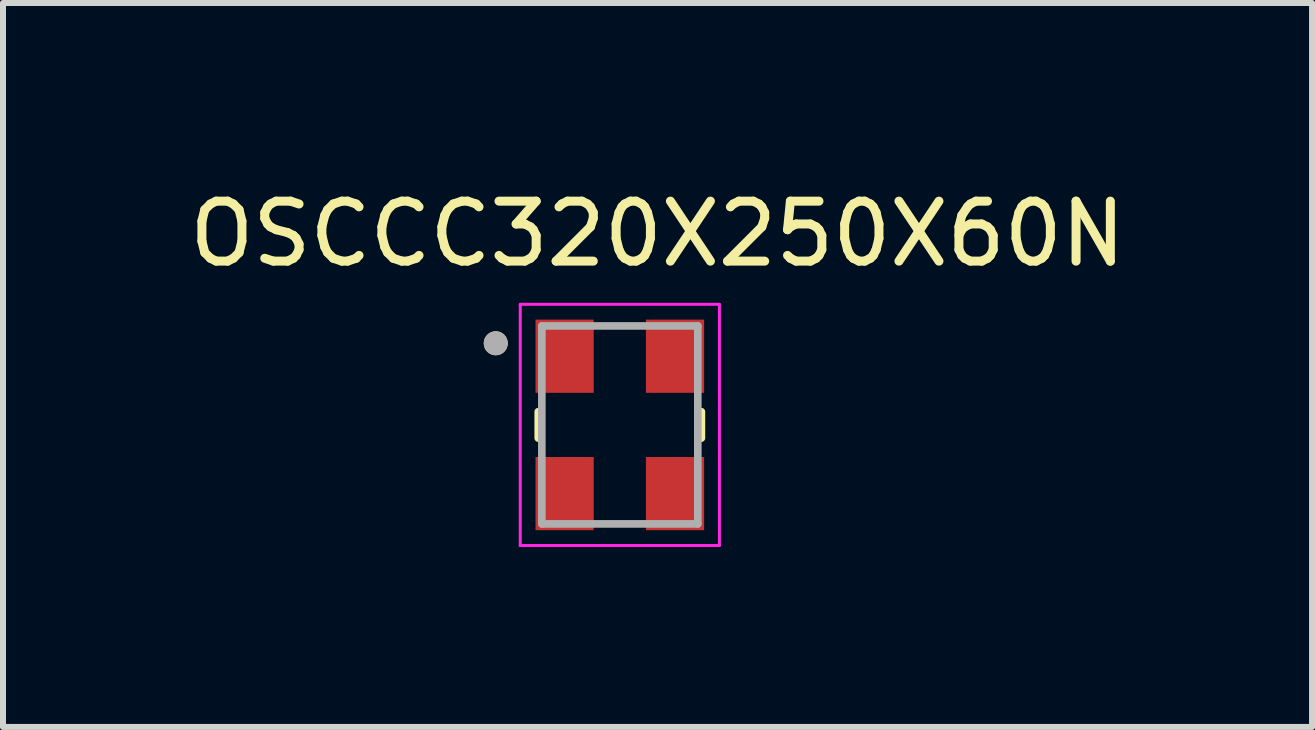
<source format=kicad_pcb>
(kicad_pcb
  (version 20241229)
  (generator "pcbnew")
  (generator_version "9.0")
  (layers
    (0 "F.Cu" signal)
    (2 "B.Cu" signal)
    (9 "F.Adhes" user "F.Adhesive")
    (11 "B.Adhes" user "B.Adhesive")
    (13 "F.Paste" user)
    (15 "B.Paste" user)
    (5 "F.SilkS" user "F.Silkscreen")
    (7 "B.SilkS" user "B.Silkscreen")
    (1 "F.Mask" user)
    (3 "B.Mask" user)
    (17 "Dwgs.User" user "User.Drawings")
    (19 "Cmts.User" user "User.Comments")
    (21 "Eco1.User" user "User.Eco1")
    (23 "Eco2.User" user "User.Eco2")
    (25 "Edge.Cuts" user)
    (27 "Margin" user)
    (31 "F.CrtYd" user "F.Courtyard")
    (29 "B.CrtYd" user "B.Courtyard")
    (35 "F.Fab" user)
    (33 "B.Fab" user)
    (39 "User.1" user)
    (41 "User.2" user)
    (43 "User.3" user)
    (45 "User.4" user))
  (footprint "OSCCC320X250X60N"
    (layer "F.Cu")
    (at 7.282 4.033)
    (property "Reference" "OSCCC320X250X60N" (at 0.629 -3.185 0) (layer "F.SilkS") (effects (font (size 1 1) (thickness 0.15))))
    (attr smd)
    (fp_line (start -1.36 -0.22) (end -1.36 0.22) (stroke (width 0.127) (type solid)) (layer "F.SilkS"))
    (fp_line (start 1.36 -0.22) (end 1.36 0.22) (stroke (width 0.127) (type solid)) (layer "F.SilkS"))
    (fp_circle (center -2.068 -1.361) (end -1.968 -1.361) (stroke (width 0.2) (type solid)) (fill no) (layer "F.SilkS"))
    (fp_line (start -1.66 -2.01) (end 1.66 -2.01) (stroke (width 0.05) (type solid)) (layer "F.CrtYd"))
    (fp_line (start -1.66 2.01) (end -1.66 -2.01) (stroke (width 0.05) (type solid)) (layer "F.CrtYd"))
    (fp_line (start 1.66 -2.01) (end 1.66 2.01) (stroke (width 0.05) (type solid)) (layer "F.CrtYd"))
    (fp_line (start 1.66 2.01) (end -1.66 2.01) (stroke (width 0.05) (type solid)) (layer "F.CrtYd"))
    (fp_line (start -1.3 -1.65) (end 1.3 -1.65) (stroke (width 0.127) (type solid)) (layer "F.Fab"))
    (fp_line (start -1.3 1.65) (end -1.3 -1.65) (stroke (width 0.127) (type solid)) (layer "F.Fab"))
    (fp_line (start 1.3 -1.65) (end 1.3 1.65) (stroke (width 0.127) (type solid)) (layer "F.Fab"))
    (fp_line (start 1.3 1.65) (end -1.3 1.65) (stroke (width 0.127) (type solid)) (layer "F.Fab"))
    (fp_circle (center -2.068 -1.361) (end -1.968 -1.361) (stroke (width 0.2) (type solid)) (fill no) (layer "F.Fab"))
    (pad "1" smd rect (at -0.92 -1.145 270) (size 1.22 0.97) (layers "F.Cu" "F.Mask" "F.Paste"))
    (pad "2" smd rect (at -0.92 1.145 270) (size 1.22 0.97) (layers "F.Cu" "F.Mask" "F.Paste"))
    (pad "3" smd rect (at 0.92 1.145 270) (size 1.22 0.97) (layers "F.Cu" "F.Mask" "F.Paste"))
    (pad "4" smd rect (at 0.92 -1.145 270) (size 1.22 0.97) (layers "F.Cu" "F.Mask" "F.Paste")))
  (gr_rect
    (start -3 -3)
    (end 18.821 9.068)
    (stroke (width 0.1) (type default))
    (fill no)
    (layer "Edge.Cuts")))
</source>
